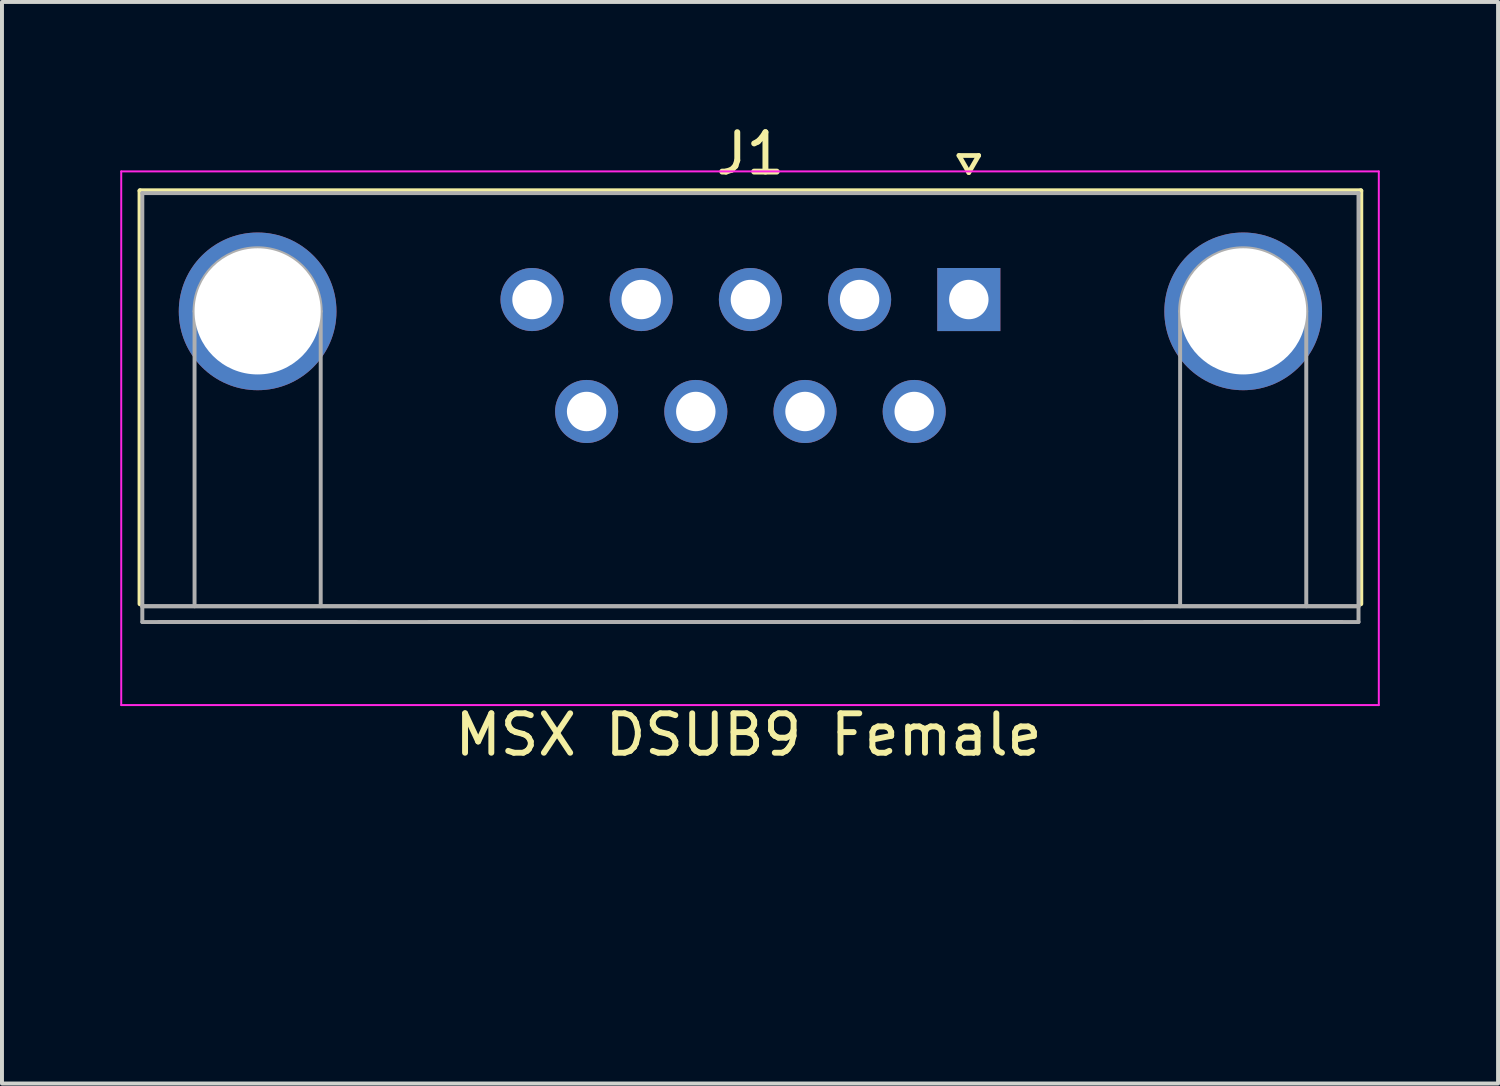
<source format=kicad_pcb>
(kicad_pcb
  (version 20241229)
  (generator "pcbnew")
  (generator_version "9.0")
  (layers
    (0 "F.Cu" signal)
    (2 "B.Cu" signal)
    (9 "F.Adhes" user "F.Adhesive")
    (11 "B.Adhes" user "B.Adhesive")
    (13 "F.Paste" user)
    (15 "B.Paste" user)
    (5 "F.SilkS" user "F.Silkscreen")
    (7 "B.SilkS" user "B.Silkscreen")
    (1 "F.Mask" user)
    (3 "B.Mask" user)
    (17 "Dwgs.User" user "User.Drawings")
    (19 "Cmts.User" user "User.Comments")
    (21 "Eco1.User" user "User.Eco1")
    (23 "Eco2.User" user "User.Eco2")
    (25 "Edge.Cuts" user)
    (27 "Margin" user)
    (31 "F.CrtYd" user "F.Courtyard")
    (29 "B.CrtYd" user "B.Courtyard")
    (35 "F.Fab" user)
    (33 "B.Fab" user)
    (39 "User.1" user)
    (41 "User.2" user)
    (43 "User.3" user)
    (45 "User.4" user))
  (footprint "MSX DSUB9 Female"
    (layer "F.Cu")
    (at 15.937 21.185)
    (property "Reference" "MSX DSUB9 Female" (at 0 -5.596 0) (layer "F.SilkS") (effects (font (size 1 1) (thickness 0.15))))
    (attr through_hole)
    (fp_line (start -15.437 -19.397) (end 15.533 -19.397) (stroke (width 0.12) (type solid)) (layer "F.SilkS"))
    (fp_line (start -15.437 -8.917) (end -15.437 -19.397) (stroke (width 0.12) (type solid)) (layer "F.SilkS"))
    (fp_line (start 5.338 -20.291) (end 5.838 -20.291) (stroke (width 0.12) (type solid)) (layer "F.SilkS"))
    (fp_line (start 5.588 -19.858) (end 5.338 -20.291) (stroke (width 0.12) (type solid)) (layer "F.SilkS"))
    (fp_line (start 5.838 -20.291) (end 5.588 -19.858) (stroke (width 0.12) (type solid)) (layer "F.SilkS"))
    (fp_line (start 15.533 -19.397) (end 15.533 -8.917) (stroke (width 0.12) (type solid)) (layer "F.SilkS"))
    (fp_line (start -15.912 -19.887) (end -15.912 -6.35) (stroke (width 0.05) (type solid)) (layer "F.CrtYd"))
    (fp_line (start -15.912 -6.35) (end 15.988 -6.35) (stroke (width 0.05) (type solid)) (layer "F.CrtYd"))
    (fp_line (start 15.988 -19.887) (end -15.912 -19.887) (stroke (width 0.05) (type solid)) (layer "F.CrtYd"))
    (fp_line (start 15.988 -6.35) (end 15.988 -19.887) (stroke (width 0.05) (type solid)) (layer "F.CrtYd"))
    (fp_line (start -15.377 -19.337) (end -15.377 -8.857) (stroke (width 0.1) (type solid)) (layer "F.Fab"))
    (fp_line (start -15.377 -8.857) (end -15.377 -8.457) (stroke (width 0.1) (type solid)) (layer "F.Fab"))
    (fp_line (start -15.377 -8.857) (end 15.473 -8.857) (stroke (width 0.1) (type solid)) (layer "F.Fab"))
    (fp_line (start -15.377 -8.457) (end 15.473 -8.457) (stroke (width 0.1) (type solid)) (layer "F.Fab"))
    (fp_line (start -14.052 -8.857) (end -14.052 -16.337) (stroke (width 0.1) (type solid)) (layer "F.Fab"))
    (fp_line (start -10.852 -8.857) (end -10.852 -16.337) (stroke (width 0.1) (type solid)) (layer "F.Fab"))
    (fp_line (start -9.952 -8.457) (end -14.952 -8.457) (stroke (width 0.1) (type solid)) (layer "F.Fab"))
    (fp_line (start 8.198 -8.457) (end -8.102 -8.457) (stroke (width 0.1) (type solid)) (layer "F.Fab"))
    (fp_line (start 10.948 -8.857) (end 10.948 -16.337) (stroke (width 0.1) (type solid)) (layer "F.Fab"))
    (fp_line (start 14.148 -8.857) (end 14.148 -16.337) (stroke (width 0.1) (type solid)) (layer "F.Fab"))
    (fp_line (start 15.048 -8.457) (end 10.048 -8.457) (stroke (width 0.1) (type solid)) (layer "F.Fab"))
    (fp_line (start 15.473 -19.337) (end -15.377 -19.337) (stroke (width 0.1) (type solid)) (layer "F.Fab"))
    (fp_line (start 15.473 -8.857) (end -15.377 -8.857) (stroke (width 0.1) (type solid)) (layer "F.Fab"))
    (fp_line (start 15.473 -8.857) (end 15.473 -19.337) (stroke (width 0.1) (type solid)) (layer "F.Fab"))
    (fp_line (start 15.473 -8.457) (end 15.473 -8.857) (stroke (width 0.1) (type solid)) (layer "F.Fab"))
    (fp_arc (start -14.052 -16.337) (mid -12.452 -17.937) (end -10.852 -16.337) (stroke (width 0.1) (type solid)) (layer "F.Fab"))
    (fp_arc (start 10.948 -16.337) (mid 12.548 -17.937) (end 14.148 -16.337) (stroke (width 0.1) (type solid)) (layer "F.Fab"))
    (fp_text user "J1" (at 0.048 -20.337 180) (layer "F.SilkS") (effects (font (size 1 1) (thickness 0.15))))
    (pad "0" thru_hole circle (at -12.452 -16.337) (size 4 4) (drill 3.2) (layers "*.Cu" "*.Mask"))
    (pad "0" thru_hole circle (at 12.548 -16.337) (size 4 4) (drill 3.2) (layers "*.Cu" "*.Mask"))
    (pad "1" thru_hole rect (at 5.588 -16.637) (size 1.6 1.6) (drill 1) (layers "*.Cu" "*.Mask"))
    (pad "2" thru_hole circle (at 2.818 -16.637) (size 1.6 1.6) (drill 1) (layers "*.Cu" "*.Mask"))
    (pad "3" thru_hole circle (at 0.048 -16.637) (size 1.6 1.6) (drill 1) (layers "*.Cu" "*.Mask"))
    (pad "4" thru_hole circle (at -2.722 -16.637) (size 1.6 1.6) (drill 1) (layers "*.Cu" "*.Mask"))
    (pad "5" thru_hole circle (at -5.492 -16.637) (size 1.6 1.6) (drill 1) (layers "*.Cu" "*.Mask"))
    (pad "6" thru_hole circle (at 4.203 -13.797) (size 1.6 1.6) (drill 1) (layers "*.Cu" "*.Mask"))
    (pad "7" thru_hole circle (at 1.433 -13.797) (size 1.6 1.6) (drill 1) (layers "*.Cu" "*.Mask"))
    (pad "8" thru_hole circle (at -1.337 -13.797) (size 1.6 1.6) (drill 1) (layers "*.Cu" "*.Mask"))
    (pad "9" thru_hole circle (at -4.107 -13.797) (size 1.6 1.6) (drill 1) (layers "*.Cu" "*.Mask")))
  (gr_rect
    (start -3 -3)
    (end 34.95 24.435)
    (stroke (width 0.1) (type default))
    (fill no)
    (layer "Edge.Cuts")))
</source>
